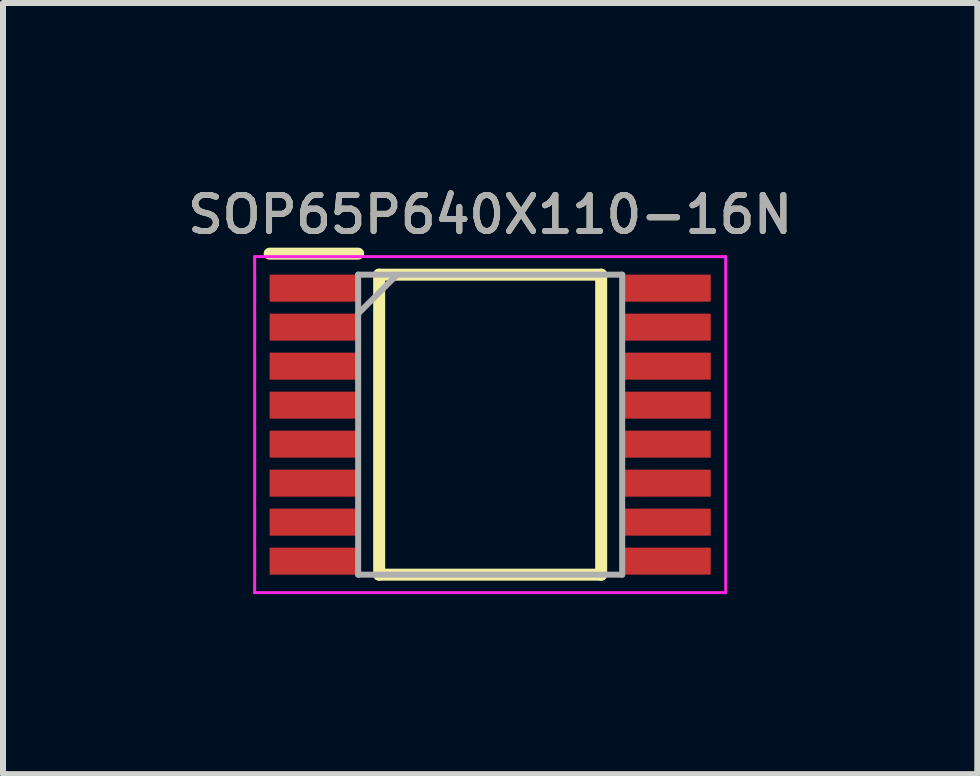
<source format=kicad_pcb>
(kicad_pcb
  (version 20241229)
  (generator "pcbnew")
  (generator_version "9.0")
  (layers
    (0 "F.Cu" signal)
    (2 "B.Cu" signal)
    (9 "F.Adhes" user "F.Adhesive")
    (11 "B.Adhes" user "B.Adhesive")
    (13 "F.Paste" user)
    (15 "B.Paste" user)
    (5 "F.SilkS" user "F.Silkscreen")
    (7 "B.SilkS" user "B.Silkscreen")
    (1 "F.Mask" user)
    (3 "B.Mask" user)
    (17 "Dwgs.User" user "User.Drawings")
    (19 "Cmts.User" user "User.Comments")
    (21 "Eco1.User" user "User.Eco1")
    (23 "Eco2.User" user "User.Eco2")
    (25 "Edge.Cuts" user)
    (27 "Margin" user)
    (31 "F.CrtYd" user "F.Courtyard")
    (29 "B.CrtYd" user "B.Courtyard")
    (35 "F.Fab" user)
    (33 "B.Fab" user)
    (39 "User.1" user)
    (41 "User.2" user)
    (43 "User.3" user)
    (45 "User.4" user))
  (footprint "SOP65P640X110-16N"
    (layer "F.Cu")
    (at 5.119 4.027)
    (property "Reference" "SOP65P640X110-16N" (at 0 -3.5 0) (layer "F.SilkS") (effects (font (size 0.6 0.6) (thickness 0.1))))
    (attr smd)
    (fp_line (start -3.675 -2.85) (end -2.2 -2.85) (stroke (width 0.2) (type solid)) (layer "F.SilkS"))
    (fp_line (start -1.85 -2.5) (end 1.85 -2.5) (stroke (width 0.2) (type solid)) (layer "F.SilkS"))
    (fp_line (start -1.85 2.5) (end -1.85 -2.5) (stroke (width 0.2) (type solid)) (layer "F.SilkS"))
    (fp_line (start 1.85 -2.5) (end 1.85 2.5) (stroke (width 0.2) (type solid)) (layer "F.SilkS"))
    (fp_line (start 1.85 2.5) (end -1.85 2.5) (stroke (width 0.2) (type solid)) (layer "F.SilkS"))
    (fp_line (start -3.925 -2.8) (end 3.925 -2.8) (stroke (width 0.05) (type solid)) (layer "F.CrtYd"))
    (fp_line (start -3.925 2.8) (end -3.925 -2.8) (stroke (width 0.05) (type solid)) (layer "F.CrtYd"))
    (fp_line (start 3.925 -2.8) (end 3.925 2.8) (stroke (width 0.05) (type solid)) (layer "F.CrtYd"))
    (fp_line (start 3.925 2.8) (end -3.925 2.8) (stroke (width 0.05) (type solid)) (layer "F.CrtYd"))
    (fp_line (start -2.2 -2.5) (end 2.2 -2.5) (stroke (width 0.1) (type solid)) (layer "F.Fab"))
    (fp_line (start -2.2 -1.85) (end -1.55 -2.5) (stroke (width 0.1) (type solid)) (layer "F.Fab"))
    (fp_line (start -2.2 2.5) (end -2.2 -2.5) (stroke (width 0.1) (type solid)) (layer "F.Fab"))
    (fp_line (start 2.2 -2.5) (end 2.2 2.5) (stroke (width 0.1) (type solid)) (layer "F.Fab"))
    (fp_line (start 2.2 2.5) (end -2.2 2.5) (stroke (width 0.1) (type solid)) (layer "F.Fab"))
    (fp_text user "${REFERENCE}" (at 0 -3.5 0) (layer "F.Fab") (effects (font (size 0.6 0.6) (thickness 0.1))))
    (pad "1" smd rect (at -2.938 -2.275 90) (size 0.45 1.475) (layers "F.Cu" "F.Mask" "F.Paste"))
    (pad "2" smd rect (at -2.938 -1.625 90) (size 0.45 1.475) (layers "F.Cu" "F.Mask" "F.Paste"))
    (pad "3" smd rect (at -2.938 -0.975 90) (size 0.45 1.475) (layers "F.Cu" "F.Mask" "F.Paste"))
    (pad "4" smd rect (at -2.938 -0.325 90) (size 0.45 1.475) (layers "F.Cu" "F.Mask" "F.Paste"))
    (pad "5" smd rect (at -2.938 0.325 90) (size 0.45 1.475) (layers "F.Cu" "F.Mask" "F.Paste"))
    (pad "6" smd rect (at -2.938 0.975 90) (size 0.45 1.475) (layers "F.Cu" "F.Mask" "F.Paste"))
    (pad "7" smd rect (at -2.938 1.625 90) (size 0.45 1.475) (layers "F.Cu" "F.Mask" "F.Paste"))
    (pad "8" smd rect (at -2.938 2.275 90) (size 0.45 1.475) (layers "F.Cu" "F.Mask" "F.Paste"))
    (pad "9" smd rect (at 2.938 2.275 90) (size 0.45 1.475) (layers "F.Cu" "F.Mask" "F.Paste"))
    (pad "10" smd rect (at 2.938 1.625 90) (size 0.45 1.475) (layers "F.Cu" "F.Mask" "F.Paste"))
    (pad "11" smd rect (at 2.938 0.975 90) (size 0.45 1.475) (layers "F.Cu" "F.Mask" "F.Paste"))
    (pad "12" smd rect (at 2.938 0.325 90) (size 0.45 1.475) (layers "F.Cu" "F.Mask" "F.Paste"))
    (pad "13" smd rect (at 2.938 -0.325 90) (size 0.45 1.475) (layers "F.Cu" "F.Mask" "F.Paste"))
    (pad "14" smd rect (at 2.938 -0.975 90) (size 0.45 1.475) (layers "F.Cu" "F.Mask" "F.Paste"))
    (pad "15" smd rect (at 2.938 -1.625 90) (size 0.45 1.475) (layers "F.Cu" "F.Mask" "F.Paste"))
    (pad "16" smd rect (at 2.938 -2.275 90) (size 0.45 1.475) (layers "F.Cu" "F.Mask" "F.Paste")))
  (gr_rect
    (start -3 -3)
    (end 13.237 9.851)
    (stroke (width 0.1) (type default))
    (fill no)
    (layer "Edge.Cuts")))
</source>
